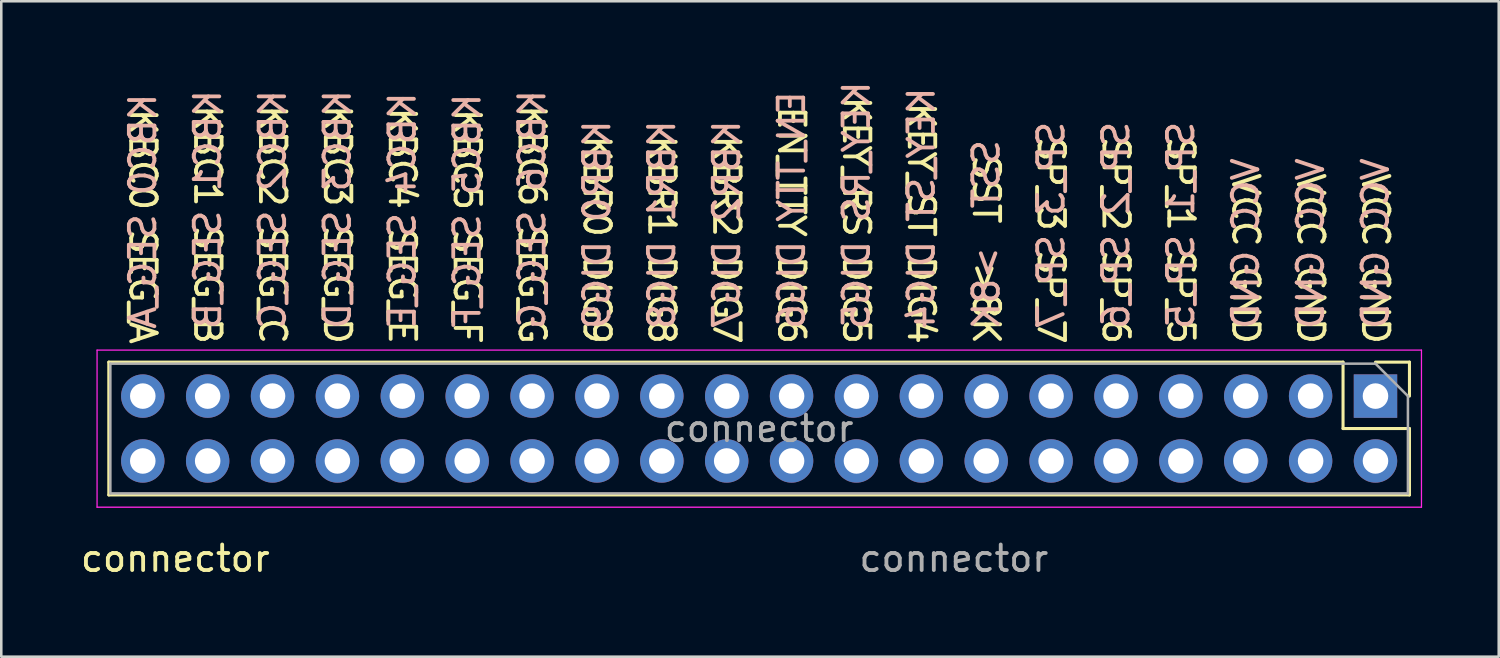
<source format=kicad_pcb>
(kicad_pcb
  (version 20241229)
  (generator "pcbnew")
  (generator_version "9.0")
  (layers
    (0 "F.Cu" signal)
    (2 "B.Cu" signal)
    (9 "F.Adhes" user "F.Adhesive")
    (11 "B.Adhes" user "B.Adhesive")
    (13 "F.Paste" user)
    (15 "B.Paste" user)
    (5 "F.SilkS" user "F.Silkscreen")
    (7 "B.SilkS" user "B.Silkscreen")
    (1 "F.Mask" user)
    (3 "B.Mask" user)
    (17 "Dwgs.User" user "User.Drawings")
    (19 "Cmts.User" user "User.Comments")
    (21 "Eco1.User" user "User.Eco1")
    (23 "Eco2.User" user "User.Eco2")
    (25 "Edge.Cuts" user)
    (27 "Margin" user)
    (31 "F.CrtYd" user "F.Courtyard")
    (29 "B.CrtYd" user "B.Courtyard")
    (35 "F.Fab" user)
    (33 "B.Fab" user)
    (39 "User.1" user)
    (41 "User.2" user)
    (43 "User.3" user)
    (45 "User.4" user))
  (footprint "connector"
    (layer "F.Cu")
    (at 50.8 12.457)
    (property "Reference" "connector" (at -46.985 6.355 0) (unlocked yes) (layer "F.SilkS") (effects (font (size 1 1) (thickness 0.15))))
    (attr smd)
    (fp_line (start -49.59 -1.33) (end -49.59 3.87) (stroke (width 0.12) (type solid)) (layer "F.SilkS"))
    (fp_line (start -1.27 -1.33) (end -49.59 -1.33) (stroke (width 0.12) (type solid)) (layer "F.SilkS"))
    (fp_line (start -1.27 -1.33) (end -1.27 1.27) (stroke (width 0.12) (type solid)) (layer "F.SilkS"))
    (fp_line (start -1.27 1.27) (end 1.33 1.27) (stroke (width 0.12) (type solid)) (layer "F.SilkS"))
    (fp_line (start 0 -1.33) (end 1.33 -1.33) (stroke (width 0.12) (type solid)) (layer "F.SilkS"))
    (fp_line (start 1.33 -1.33) (end 1.33 0) (stroke (width 0.12) (type solid)) (layer "F.SilkS"))
    (fp_line (start 1.33 1.27) (end 1.33 3.87) (stroke (width 0.12) (type solid)) (layer "F.SilkS"))
    (fp_line (start 1.33 3.87) (end -49.59 3.87) (stroke (width 0.12) (type solid)) (layer "F.SilkS"))
    (fp_line (start -50.05 -1.8) (end -50.05 4.35) (stroke (width 0.05) (type solid)) (layer "F.CrtYd"))
    (fp_line (start -50.05 4.35) (end 1.8 4.35) (stroke (width 0.05) (type solid)) (layer "F.CrtYd"))
    (fp_line (start 1.8 -1.8) (end -50.05 -1.8) (stroke (width 0.05) (type solid)) (layer "F.CrtYd"))
    (fp_line (start 1.8 4.35) (end 1.8 -1.8) (stroke (width 0.05) (type solid)) (layer "F.CrtYd"))
    (fp_line (start -49.53 -1.27) (end 0 -1.27) (stroke (width 0.1) (type solid)) (layer "F.Fab"))
    (fp_line (start -49.53 3.81) (end -49.53 -1.27) (stroke (width 0.1) (type solid)) (layer "F.Fab"))
    (fp_line (start 0 -1.27) (end 1.27 0) (stroke (width 0.1) (type solid)) (layer "F.Fab"))
    (fp_line (start 1.27 0) (end 1.27 3.81) (stroke (width 0.1) (type solid)) (layer "F.Fab"))
    (fp_line (start 1.27 3.81) (end -49.53 3.81) (stroke (width 0.1) (type solid)) (layer "F.Fab"))
    (fp_text user "SP_3 SP_7" (at -12.7 -1.95 270) (unlocked yes) (layer "F.SilkS") (effects (font (size 1 1) (thickness 0.15)) (justify right)))
    (fp_text user "SP_2 SP_6" (at -10.16 -1.95 270) (unlocked yes) (layer "F.SilkS") (effects (font (size 1 1) (thickness 0.15)) (justify right)))
    (fp_text user "SP_1 SP_5" (at -7.62 -1.95 270) (unlocked yes) (layer "F.SilkS") (effects (font (size 1 1) (thickness 0.15)) (justify right)))
    (fp_text user "KEY_ST DIG4" (at -17.78 -1.95 270) (unlocked yes) (layer "F.SilkS") (effects (font (size 1 1) (thickness 0.15)) (justify right)))
    (fp_text user "VCC GND" (at -5.08 -1.95 270) (unlocked yes) (layer "F.SilkS") (effects (font (size 1 1) (thickness 0.15)) (justify right)))
    (fp_text user "KBC4 SEG_E" (at -38.1 -1.95 270) (unlocked yes) (layer "F.SilkS") (effects (font (size 1 1) (thickness 0.15)) (justify right)))
    (fp_text user "KBC1 SEG_B" (at -45.72 -1.95 270) (unlocked yes) (layer "F.SilkS") (effects (font (size 1 1) (thickness 0.15)) (justify right)))
    (fp_text user "KBC6 SEG_G" (at -33.02 -1.95 270) (unlocked yes) (layer "F.SilkS") (effects (font (size 1 1) (thickness 0.15)) (justify right)))
    (fp_text user "SST  >8K" (at -15.24 -1.95 270) (unlocked yes) (layer "F.SilkS") (effects (font (size 1 1) (thickness 0.15)) (justify right)))
    (fp_text user "KBC5 SEG_F" (at -35.56 -1.95 270) (unlocked yes) (layer "F.SilkS") (effects (font (size 1 1) (thickness 0.15)) (justify right)))
    (fp_text user "EN_TTY DIG6" (at -22.86 -1.95 270) (unlocked yes) (layer "F.SilkS") (effects (font (size 1 1) (thickness 0.15)) (justify right)))
    (fp_text user "KBC2 SEG_C" (at -43.18 -1.95 270) (unlocked yes) (layer "F.SilkS") (effects (font (size 1 1) (thickness 0.15)) (justify right)))
    (fp_text user "KEY_RS DIG5" (at -20.32 -1.95 270) (unlocked yes) (layer "F.SilkS") (effects (font (size 1 1) (thickness 0.15)) (justify right)))
    (fp_text user "VCC GND" (at -2.54 -1.95 270) (unlocked yes) (layer "F.SilkS") (effects (font (size 1 1) (thickness 0.15)) (justify right)))
    (fp_text user "KBR2 DIG7" (at -25.4 -1.95 270) (unlocked yes) (layer "F.SilkS") (effects (font (size 1 1) (thickness 0.15)) (justify right)))
    (fp_text user "KBC0 SEG_A" (at -48.26 -1.95 270) (unlocked yes) (layer "F.SilkS") (effects (font (size 1 1) (thickness 0.15)) (justify right)))
    (fp_text user "KBR0 DIG9" (at -30.48 -1.95 270) (unlocked yes) (layer "F.SilkS") (effects (font (size 1 1) (thickness 0.15)) (justify right)))
    (fp_text user "VCC GND" (at 0 -1.95 270) (unlocked yes) (layer "F.SilkS") (effects (font (size 1 1) (thickness 0.15)) (justify right)))
    (fp_text user "KBR1 DIG8" (at -27.94 -1.95 270) (unlocked yes) (layer "F.SilkS") (effects (font (size 1 1) (thickness 0.15)) (justify right)))
    (fp_text user "KBC3 SEG_D" (at -40.64 -1.95 270) (unlocked yes) (layer "F.SilkS") (effects (font (size 1 1) (thickness 0.15)) (justify right)))
    (fp_text user "SP_1 SP_5" (at -7.62 -2.54 90) (unlocked yes) (layer "B.SilkS") (effects (font (size 1 1) (thickness 0.15)) (justify right mirror)))
    (fp_text user "KBC3 SEG_D" (at -40.64 -2.54 90) (unlocked yes) (layer "B.SilkS") (effects (font (size 1 1) (thickness 0.15)) (justify right mirror)))
    (fp_text user "KEY_RS DIG5" (at -20.32 -2.54 90) (unlocked yes) (layer "B.SilkS") (effects (font (size 1 1) (thickness 0.15)) (justify right mirror)))
    (fp_text user "SP_3 SP_7" (at -12.7 -2.54 90) (unlocked yes) (layer "B.SilkS") (effects (font (size 1 1) (thickness 0.15)) (justify right mirror)))
    (fp_text user "KBR2 DIG7" (at -25.4 -2.54 90) (unlocked yes) (layer "B.SilkS") (effects (font (size 1 1) (thickness 0.15)) (justify right mirror)))
    (fp_text user "SST  >8K" (at -15.24 -2.54 90) (unlocked yes) (layer "B.SilkS") (effects (font (size 1 1) (thickness 0.15)) (justify right mirror)))
    (fp_text user "SP_2 SP_6" (at -10.16 -2.54 90) (unlocked yes) (layer "B.SilkS") (effects (font (size 1 1) (thickness 0.15)) (justify right mirror)))
    (fp_text user "KBC4 SEG_E" (at -38.1 -2.54 90) (unlocked yes) (layer "B.SilkS") (effects (font (size 1 1) (thickness 0.15)) (justify right mirror)))
    (fp_text user "KBC2 SEG_C" (at -43.18 -2.54 90) (unlocked yes) (layer "B.SilkS") (effects (font (size 1 1) (thickness 0.15)) (justify right mirror)))
    (fp_text user "KEY_ST DIG4" (at -17.78 -2.54 90) (unlocked yes) (layer "B.SilkS") (effects (font (size 1 1) (thickness 0.15)) (justify right mirror)))
    (fp_text user "KBR0 DIG9" (at -30.48 -2.54 90) (unlocked yes) (layer "B.SilkS") (effects (font (size 1 1) (thickness 0.15)) (justify right mirror)))
    (fp_text user "KBC0 SEG_A" (at -48.26 -2.54 90) (unlocked yes) (layer "B.SilkS") (effects (font (size 1 1) (thickness 0.15)) (justify right mirror)))
    (fp_text user "VCC GND" (at -2.54 -2.54 90) (unlocked yes) (layer "B.SilkS") (effects (font (size 1 1) (thickness 0.15)) (justify right mirror)))
    (fp_text user "KBC1 SEG_B" (at -45.72 -2.54 90) (unlocked yes) (layer "B.SilkS") (effects (font (size 1 1) (thickness 0.15)) (justify right mirror)))
    (fp_text user "KBC6 SEG_G" (at -33.02 -2.54 90) (unlocked yes) (layer "B.SilkS") (effects (font (size 1 1) (thickness 0.15)) (justify right mirror)))
    (fp_text user "KBR1 DIG8" (at -27.94 -2.54 90) (unlocked yes) (layer "B.SilkS") (effects (font (size 1 1) (thickness 0.15)) (justify right mirror)))
    (fp_text user "VCC GND" (at 0 -2.54 90) (unlocked yes) (layer "B.SilkS") (effects (font (size 1 1) (thickness 0.15)) (justify right mirror)))
    (fp_text user "EN_TTY DIG6" (at -22.86 -2.54 90) (unlocked yes) (layer "B.SilkS") (effects (font (size 1 1) (thickness 0.15)) (justify right mirror)))
    (fp_text user "VCC GND" (at -5.08 -2.54 90) (unlocked yes) (layer "B.SilkS") (effects (font (size 1 1) (thickness 0.15)) (justify right mirror)))
    (fp_text user "KBC5 SEG_F" (at -35.56 -2.54 90) (unlocked yes) (layer "B.SilkS") (effects (font (size 1 1) (thickness 0.15)) (justify right mirror)))
    (fp_text user "${REFERENCE}" (at -24.13 1.27 0) (layer "F.Fab") (effects (font (size 1 1) (thickness 0.15))))
    (fp_text user "${REFERENCE}" (at -16.505 6.355 0) (unlocked yes) (layer "F.Fab") (effects (font (size 1 1) (thickness 0.15))))
    (pad "1" thru_hole rect (at 0 0 270) (size 1.7 1.7) (drill 1) (layers "*.Cu" "*.Mask"))
    (pad "2" thru_hole oval (at 0 2.54 270) (size 1.7 1.7) (drill 1) (layers "*.Cu" "*.Mask"))
    (pad "3" thru_hole oval (at -2.54 0 270) (size 1.7 1.7) (drill 1) (layers "*.Cu" "*.Mask"))
    (pad "4" thru_hole oval (at -2.54 2.54 270) (size 1.7 1.7) (drill 1) (layers "*.Cu" "*.Mask"))
    (pad "5" thru_hole oval (at -5.08 0 270) (size 1.7 1.7) (drill 1) (layers "*.Cu" "*.Mask"))
    (pad "6" thru_hole oval (at -5.08 2.54 270) (size 1.7 1.7) (drill 1) (layers "*.Cu" "*.Mask"))
    (pad "7" thru_hole oval (at -7.62 0 270) (size 1.7 1.7) (drill 1) (layers "*.Cu" "*.Mask"))
    (pad "8" thru_hole oval (at -7.62 2.54 270) (size 1.7 1.7) (drill 1) (layers "*.Cu" "*.Mask"))
    (pad "9" thru_hole oval (at -10.16 0 270) (size 1.7 1.7) (drill 1) (layers "*.Cu" "*.Mask"))
    (pad "10" thru_hole oval (at -10.16 2.54 270) (size 1.7 1.7) (drill 1) (layers "*.Cu" "*.Mask"))
    (pad "11" thru_hole oval (at -12.7 0 270) (size 1.7 1.7) (drill 1) (layers "*.Cu" "*.Mask"))
    (pad "12" thru_hole oval (at -12.7 2.54 270) (size 1.7 1.7) (drill 1) (layers "*.Cu" "*.Mask"))
    (pad "13" thru_hole oval (at -15.24 0 270) (size 1.7 1.7) (drill 1) (layers "*.Cu" "*.Mask"))
    (pad "14" thru_hole oval (at -15.24 2.54 270) (size 1.7 1.7) (drill 1) (layers "*.Cu" "*.Mask"))
    (pad "15" thru_hole oval (at -17.78 0 270) (size 1.7 1.7) (drill 1) (layers "*.Cu" "*.Mask"))
    (pad "16" thru_hole oval (at -17.78 2.54 270) (size 1.7 1.7) (drill 1) (layers "*.Cu" "*.Mask"))
    (pad "17" thru_hole oval (at -20.32 0 270) (size 1.7 1.7) (drill 1) (layers "*.Cu" "*.Mask"))
    (pad "18" thru_hole oval (at -20.32 2.54 270) (size 1.7 1.7) (drill 1) (layers "*.Cu" "*.Mask"))
    (pad "19" thru_hole oval (at -22.86 0 270) (size 1.7 1.7) (drill 1) (layers "*.Cu" "*.Mask"))
    (pad "20" thru_hole oval (at -22.86 2.54 270) (size 1.7 1.7) (drill 1) (layers "*.Cu" "*.Mask"))
    (pad "21" thru_hole oval (at -25.4 0 270) (size 1.7 1.7) (drill 1) (layers "*.Cu" "*.Mask"))
    (pad "22" thru_hole oval (at -25.4 2.54 270) (size 1.7 1.7) (drill 1) (layers "*.Cu" "*.Mask"))
    (pad "23" thru_hole oval (at -27.94 0 270) (size 1.7 1.7) (drill 1) (layers "*.Cu" "*.Mask"))
    (pad "24" thru_hole oval (at -27.94 2.54 270) (size 1.7 1.7) (drill 1) (layers "*.Cu" "*.Mask"))
    (pad "25" thru_hole oval (at -30.48 0 270) (size 1.7 1.7) (drill 1) (layers "*.Cu" "*.Mask"))
    (pad "26" thru_hole oval (at -30.48 2.54 270) (size 1.7 1.7) (drill 1) (layers "*.Cu" "*.Mask"))
    (pad "27" thru_hole oval (at -33.02 0 270) (size 1.7 1.7) (drill 1) (layers "*.Cu" "*.Mask"))
    (pad "28" thru_hole oval (at -33.02 2.54 270) (size 1.7 1.7) (drill 1) (layers "*.Cu" "*.Mask"))
    (pad "29" thru_hole oval (at -35.56 0 270) (size 1.7 1.7) (drill 1) (layers "*.Cu" "*.Mask"))
    (pad "30" thru_hole oval (at -35.56 2.54 270) (size 1.7 1.7) (drill 1) (layers "*.Cu" "*.Mask"))
    (pad "31" thru_hole oval (at -38.1 0 270) (size 1.7 1.7) (drill 1) (layers "*.Cu" "*.Mask"))
    (pad "32" thru_hole oval (at -38.1 2.54 270) (size 1.7 1.7) (drill 1) (layers "*.Cu" "*.Mask"))
    (pad "33" thru_hole oval (at -40.64 0 270) (size 1.7 1.7) (drill 1) (layers "*.Cu" "*.Mask"))
    (pad "34" thru_hole oval (at -40.64 2.54 270) (size 1.7 1.7) (drill 1) (layers "*.Cu" "*.Mask"))
    (pad "35" thru_hole oval (at -43.18 0 270) (size 1.7 1.7) (drill 1) (layers "*.Cu" "*.Mask"))
    (pad "36" thru_hole oval (at -43.18 2.54 270) (size 1.7 1.7) (drill 1) (layers "*.Cu" "*.Mask"))
    (pad "37" thru_hole oval (at -45.72 0 270) (size 1.7 1.7) (drill 1) (layers "*.Cu" "*.Mask"))
    (pad "38" thru_hole oval (at -45.72 2.54 270) (size 1.7 1.7) (drill 1) (layers "*.Cu" "*.Mask"))
    (pad "39" thru_hole oval (at -48.26 0 270) (size 1.7 1.7) (drill 1) (layers "*.Cu" "*.Mask"))
    (pad "40" thru_hole oval (at -48.26 2.54 270) (size 1.7 1.7) (drill 1) (layers "*.Cu" "*.Mask")))
  (gr_rect
    (start -3 -3)
    (end 55.625 22.66)
    (stroke (width 0.1) (type default))
    (fill no)
    (layer "Edge.Cuts")))
</source>
